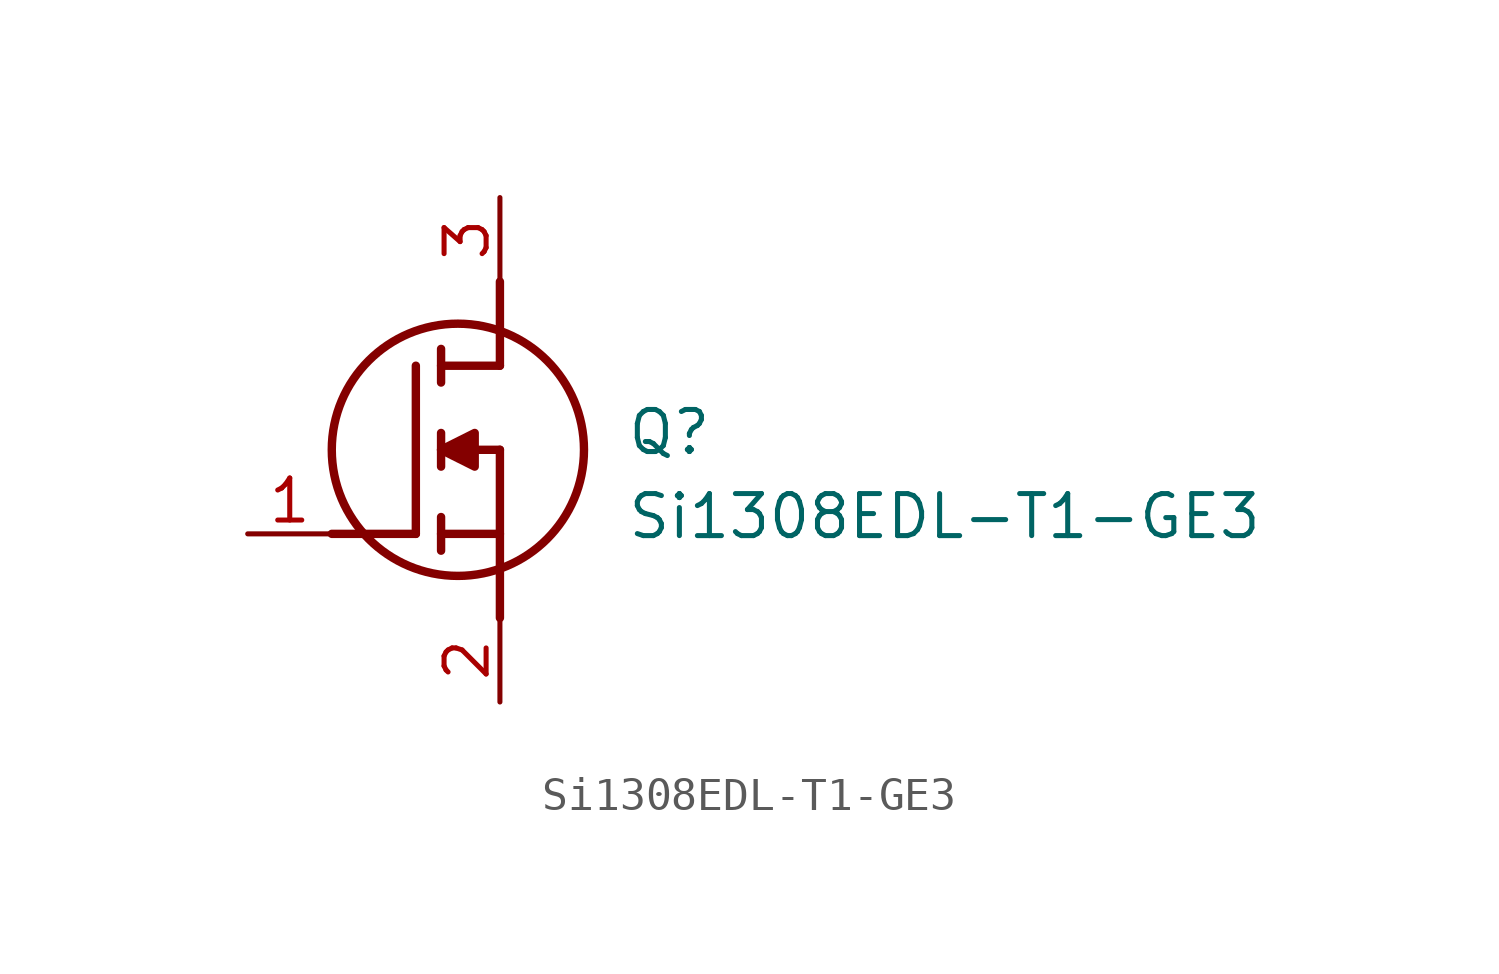
<source format=kicad_sym>
(kicad_symbol_lib
  (version 20211014)
  (generator SamacSys_ECAD_Model)
  (symbol "Si1308EDL-T1-GE3"
    (pin_names hide)
    (property "Reference" "Q"
      (at 11.43 3.81 0)
      (effects (font (size 1.27 1.27)) (justify left top)))
    (property "Value" "Si1308EDL-T1-GE3"
      (at 11.43 1.27 0)
      (effects (font (size 1.27 1.27)) (justify left top)))
    (polyline
      (pts (xy 7.62 2.54) (xy 7.62 -2.54))
      (stroke (width 0.254) (type default))
      (fill (type none)))
    (polyline
      (pts (xy 7.62 5.08) (xy 7.62 7.62))
      (stroke (width 0.254) (type default))
      (fill (type none)))
    (polyline
      (pts (xy 2.54 0) (xy 5.08 0))
      (stroke (width 0.254) (type default))
      (fill (type none)))
    (polyline
      (pts (xy 5.08 5.08) (xy 5.08 0))
      (stroke (width 0.254) (type default))
      (fill (type none)))
    (polyline
      (pts (xy 7.62 2.54) (xy 5.842 2.54))
      (stroke (width 0.254) (type default))
      (fill (type none)))
    (polyline
      (pts (xy 7.62 5.08) (xy 5.842 5.08))
      (stroke (width 0.254) (type default))
      (fill (type none)))
    (polyline
      (pts (xy 5.842 0) (xy 7.62 0))
      (stroke (width 0.254) (type default))
      (fill (type none)))
    (polyline
      (pts (xy 5.842 5.588) (xy 5.842 4.572))
      (stroke (width 0.254) (type default))
      (fill (type none)))
    (polyline
      (pts (xy 5.842 -0.508) (xy 5.842 0.508))
      (stroke (width 0.254) (type default))
      (fill (type none)))
    (polyline
      (pts (xy 5.842 2.032) (xy 5.842 3.048))
      (stroke (width 0.254) (type default))
      (fill (type none)))
    (circle
      (center 6.35 2.54)
      (radius 3.81)
      (stroke (width 0.254) (type default))
      (fill (type none)))
    (polyline
      (pts (xy 5.842 2.54) (xy 6.858 3.048) (xy 6.858 2.032) (xy 5.842 2.54))
      (stroke (width 0.254) (type default))
      (fill (type outline)))
    (pin passive line
      (at 0 0 0)
      (length 2.54)
      (name "G" (effects (font (size 1.27 1.27))))
      (number "1" (effects (font (size 1.27 1.27)))))
    (pin passive line
      (at 7.62 10.16 270)
      (length 2.54)
      (name "D" (effects (font (size 1.27 1.27))))
      (number "3" (effects (font (size 1.27 1.27)))))
    (pin passive line
      (at 7.62 -5.08 90)
      (length 2.54)
      (name "S" (effects (font (size 1.27 1.27))))
      (number "2" (effects (font (size 1.27 1.27)))))))
</source>
